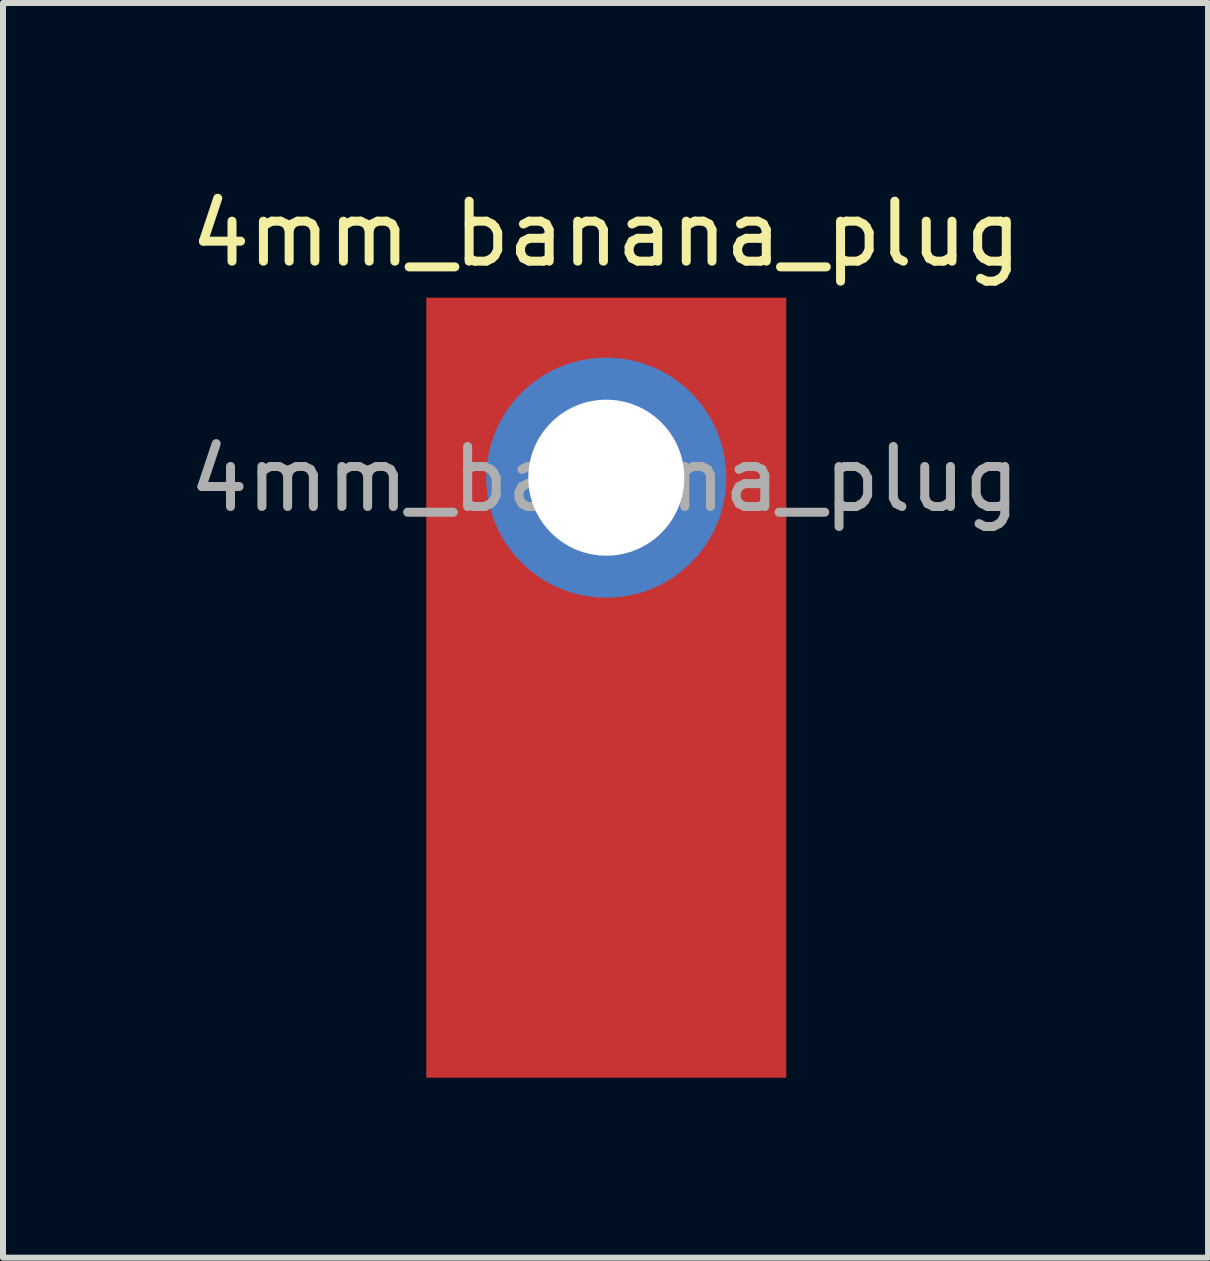
<source format=kicad_pcb>
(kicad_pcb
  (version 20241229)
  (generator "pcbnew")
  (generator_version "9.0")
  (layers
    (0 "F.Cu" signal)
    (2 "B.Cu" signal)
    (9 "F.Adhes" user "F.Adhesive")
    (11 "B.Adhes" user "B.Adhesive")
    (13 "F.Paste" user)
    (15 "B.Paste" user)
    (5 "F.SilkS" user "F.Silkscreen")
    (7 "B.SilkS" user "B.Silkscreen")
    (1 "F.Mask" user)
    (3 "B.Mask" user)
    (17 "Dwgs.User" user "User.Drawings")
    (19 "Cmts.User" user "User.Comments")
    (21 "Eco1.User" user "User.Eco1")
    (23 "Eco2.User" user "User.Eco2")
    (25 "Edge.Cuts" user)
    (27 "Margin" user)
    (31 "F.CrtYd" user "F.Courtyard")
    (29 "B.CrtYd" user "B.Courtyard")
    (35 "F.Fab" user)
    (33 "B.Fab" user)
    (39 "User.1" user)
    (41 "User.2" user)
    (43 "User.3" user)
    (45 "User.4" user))
  (footprint "4mm_banana_plug"
    (layer "F.Cu")
    (at 7.055 4.912)
    (property "Reference" "4mm_banana_plug" (at 0 -4.064 0) (unlocked yes) (layer "F.SilkS") (effects (font (size 1 1) (thickness 0.15))))
    (attr through_hole)
    (fp_text user "${REFERENCE}" (at -0.025 0.025 0) (unlocked yes) (layer "F.Fab") (effects (font (size 1 1) (thickness 0.15))))
    (pad "1" thru_hole circle (at 0 0) (size 4 4) (drill 2.6) (layers "*.Cu" "*.Mask"))
    (pad "1" smd rect (at 0 0) (size 6 13) (drill (offset 0 3.5)) (layers "F.Cu" "F.Mask")))
  (gr_rect
    (start -3 -3)
    (end 17.085 17.912)
    (stroke (width 0.1) (type default))
    (fill no)
    (layer "Edge.Cuts")))
</source>
